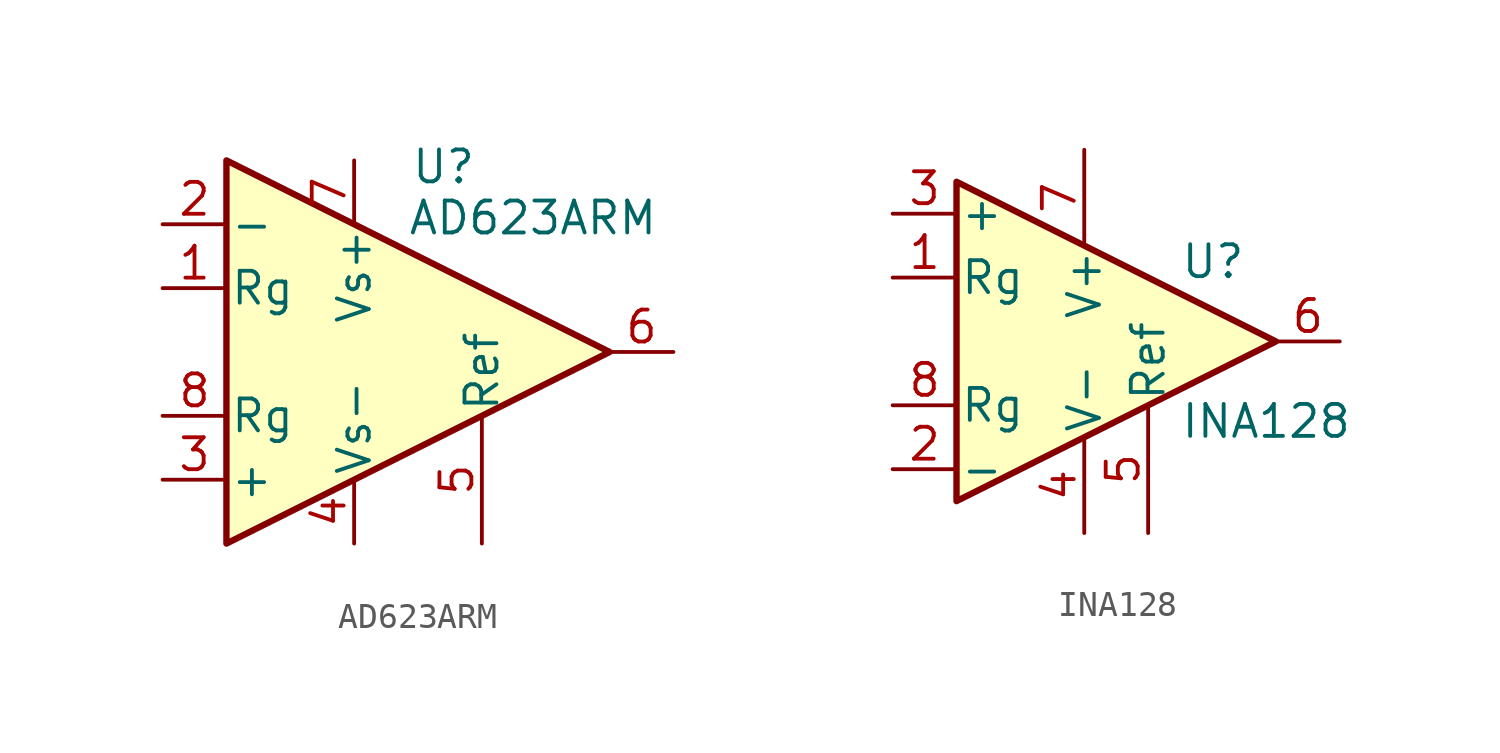
<source format=kicad_sym>
(kicad_symbol_lib
  (version 20211014)
  (generator kicad_symbol_editor)
  (symbol "AD623ARM"
    (pin_names
      (offset 0.127))
    (property "Reference" "U"
      (at 3.556 7.366 0)
      (effects (font (size 1.27 1.27))))
    (property "Value" "AD623ARM"
      (at 7.112 5.334 0)
      (effects (font (size 1.27 1.27))))
    (symbol "AD623ARM_0_1"
      (polyline (pts (xy -5.08 7.62) (xy -5.08 -7.62) (xy 10.16 0) (xy -5.08 7.62)) (stroke (width 0.254) (type default) (color 0 0 0 0)) (fill (type background))))
    (symbol "AD623ARM_1_1"
      (pin passive line (at -7.62 2.54 0) (length 2.54) (name "Rg" (effects (font (size 1.27 1.27)))) (number "1" (effects (font (size 1.27 1.27)))))
      (pin input line (at -7.62 5.08 0) (length 2.54) (name "-" (effects (font (size 1.27 1.27)))) (number "2" (effects (font (size 1.27 1.27)))))
      (pin input line (at -7.62 -5.08 0) (length 2.54) (name "+" (effects (font (size 1.27 1.27)))) (number "3" (effects (font (size 1.27 1.27)))))
      (pin power_in line (at 0 -7.62 90) (length 2.54) (name "Vs-" (effects (font (size 1.27 1.27)))) (number "4" (effects (font (size 1.27 1.27)))))
      (pin passive line (at 5.08 -7.62 90) (length 5.08) (name "Ref" (effects (font (size 1.27 1.27)))) (number "5" (effects (font (size 1.27 1.27)))))
      (pin output line (at 12.7 0 180) (length 2.54) (name "~" (effects (font (size 1.27 1.27)))) (number "6" (effects (font (size 1.27 1.27)))))
      (pin power_in line (at 0 7.62 270) (length 2.54) (name "Vs+" (effects (font (size 1.27 1.27)))) (number "7" (effects (font (size 1.27 1.27)))))
      (pin passive line (at -7.62 -2.54 0) (length 2.54) (name "Rg" (effects (font (size 1.27 1.27)))) (number "8" (effects (font (size 1.27 1.27)))))))
  (symbol "INA128"
    (pin_names
      (offset 0.127))
    (property "Reference" "U"
      (at 3.81 3.175 0)
      (effects (font (size 1.27 1.27)) (justify left)))
    (property "Value" "INA128"
      (at 3.81 -3.175 0)
      (effects (font (size 1.27 1.27)) (justify left)))
    (symbol "INA128_0_1"
      (polyline (pts (xy 7.62 0) (xy -5.08 6.35) (xy -5.08 -6.35) (xy 7.62 0)) (stroke (width 0.254) (type default) (color 0 0 0 0)) (fill (type background))))
    (symbol "INA128_1_1"
      (pin passive line (at -7.62 2.54 0) (length 2.54) (name "Rg" (effects (font (size 1.27 1.27)))) (number "1" (effects (font (size 1.27 1.27)))))
      (pin input line (at -7.62 -5.08 0) (length 2.54) (name "-" (effects (font (size 1.27 1.27)))) (number "2" (effects (font (size 1.27 1.27)))))
      (pin input line (at -7.62 5.08 0) (length 2.54) (name "+" (effects (font (size 1.27 1.27)))) (number "3" (effects (font (size 1.27 1.27)))))
      (pin power_in line (at 0 -7.62 90) (length 3.81) (name "V-" (effects (font (size 1.27 1.27)))) (number "4" (effects (font (size 1.27 1.27)))))
      (pin input line (at 2.54 -7.62 90) (length 5.08) (name "Ref" (effects (font (size 1.27 1.27)))) (number "5" (effects (font (size 1.27 1.27)))))
      (pin output line (at 10.16 0 180) (length 2.54) (name "~" (effects (font (size 1.27 1.27)))) (number "6" (effects (font (size 1.27 1.27)))))
      (pin power_in line (at 0 7.62 270) (length 3.81) (name "V+" (effects (font (size 1.27 1.27)))) (number "7" (effects (font (size 1.27 1.27)))))
      (pin passive line (at -7.62 -2.54 0) (length 2.54) (name "Rg" (effects (font (size 1.27 1.27)))) (number "8" (effects (font (size 1.27 1.27))))))))
</source>
